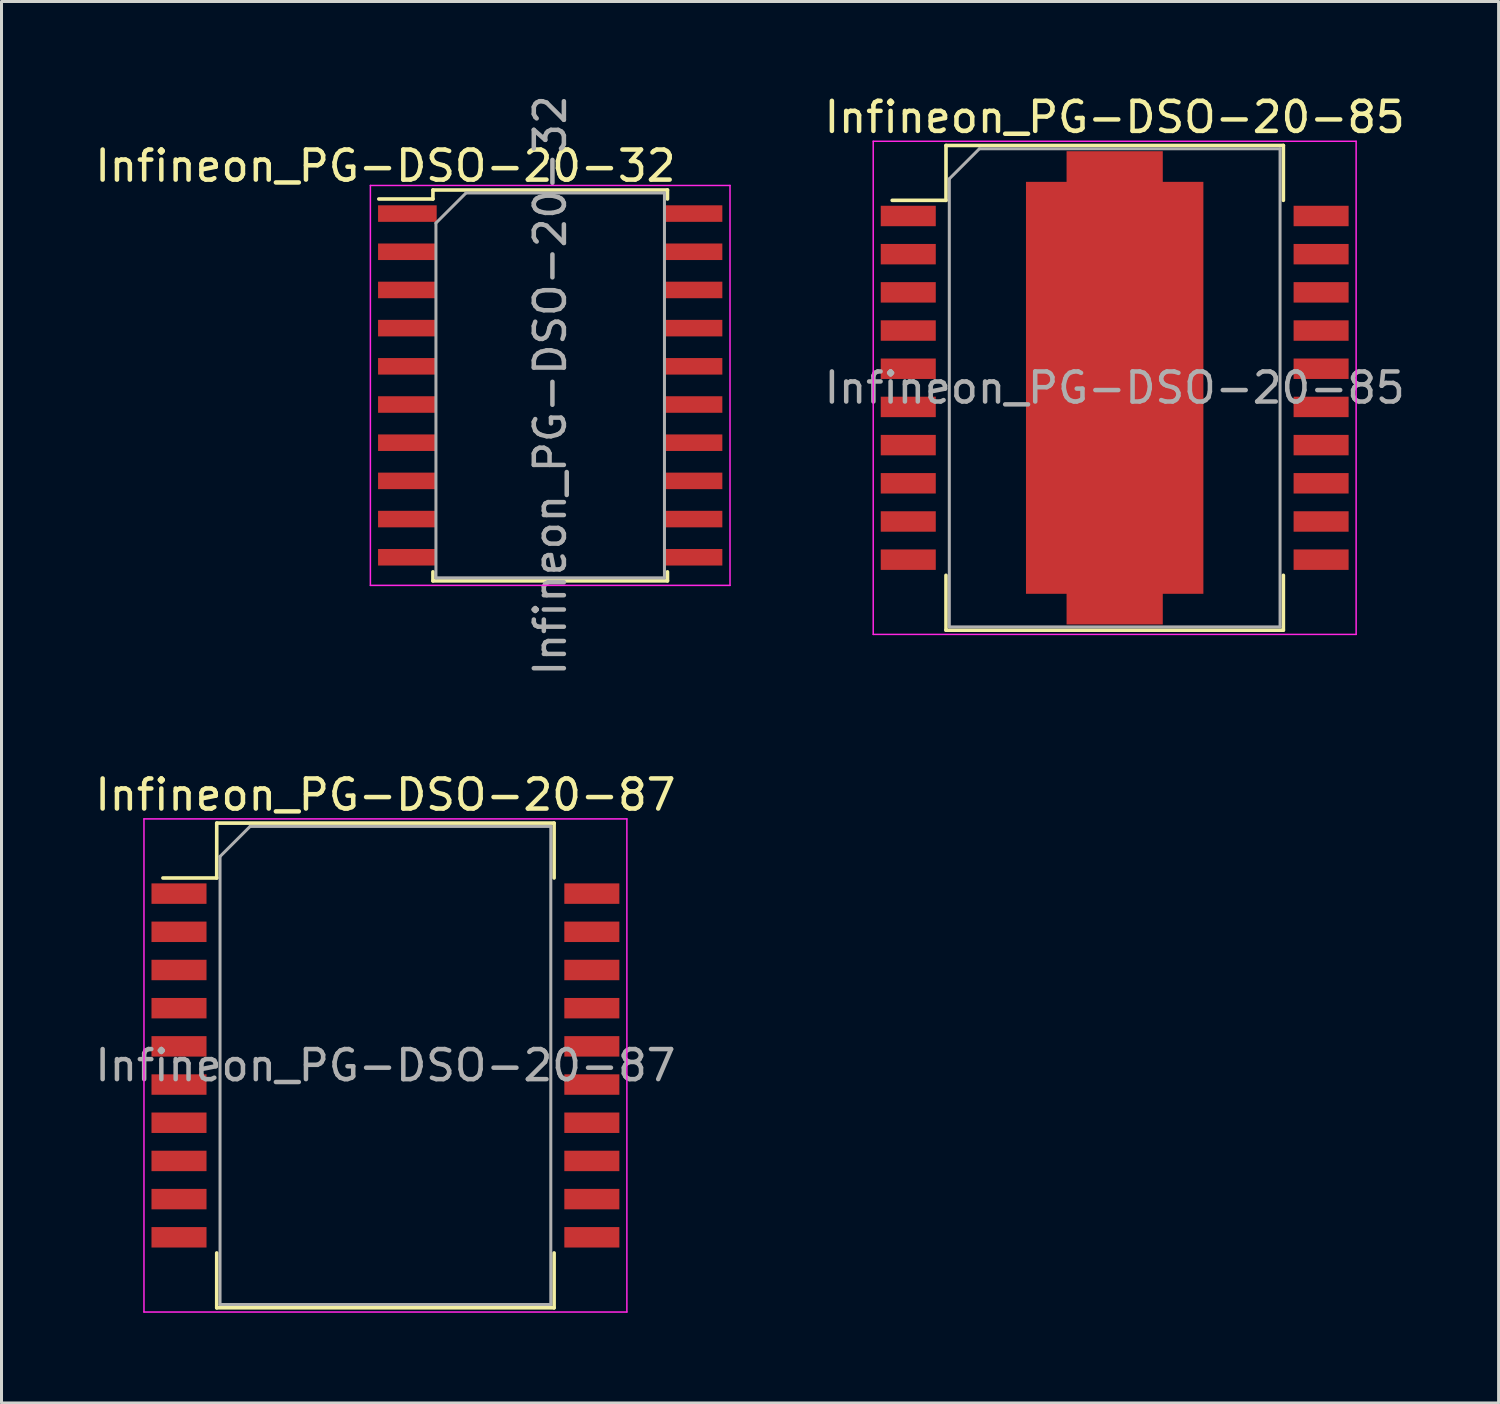
<source format=kicad_pcb>
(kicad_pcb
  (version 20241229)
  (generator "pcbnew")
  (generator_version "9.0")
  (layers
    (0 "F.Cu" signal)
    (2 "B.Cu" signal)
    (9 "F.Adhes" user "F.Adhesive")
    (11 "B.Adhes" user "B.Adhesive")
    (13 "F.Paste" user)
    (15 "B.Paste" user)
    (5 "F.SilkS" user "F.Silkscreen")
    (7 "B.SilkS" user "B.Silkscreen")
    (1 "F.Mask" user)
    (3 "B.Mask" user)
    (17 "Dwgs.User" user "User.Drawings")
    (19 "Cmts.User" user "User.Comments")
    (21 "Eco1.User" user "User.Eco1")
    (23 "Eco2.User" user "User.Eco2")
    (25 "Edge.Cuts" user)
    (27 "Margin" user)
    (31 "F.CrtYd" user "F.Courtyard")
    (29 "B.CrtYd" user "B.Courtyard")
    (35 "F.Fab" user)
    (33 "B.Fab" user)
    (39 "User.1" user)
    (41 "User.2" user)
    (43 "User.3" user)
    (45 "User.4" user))
  (footprint "Infineon_PG-DSO-20-87"
    (layer "F.Cu")
    (at 9.768 32.384)
    (property "Reference" "Infineon_PG-DSO-20-87" (at 0 -9 0) (layer "F.SilkS") (effects (font (size 1 1) (thickness 0.15))))
    (attr smd)
    (fp_line (start -7.4 -6.235) (end -5.61 -6.235) (stroke (width 0.12) (type solid)) (layer "F.SilkS"))
    (fp_line (start -5.61 -8.06) (end 5.61 -8.06) (stroke (width 0.12) (type solid)) (layer "F.SilkS"))
    (fp_line (start -5.61 -6.235) (end -5.61 -8.06) (stroke (width 0.12) (type solid)) (layer "F.SilkS"))
    (fp_line (start -5.61 6.235) (end -5.61 8.06) (stroke (width 0.12) (type solid)) (layer "F.SilkS"))
    (fp_line (start 5.61 -6.235) (end 5.61 -8.06) (stroke (width 0.12) (type solid)) (layer "F.SilkS"))
    (fp_line (start 5.61 6.235) (end 5.61 8.06) (stroke (width 0.12) (type solid)) (layer "F.SilkS"))
    (fp_line (start 5.61 8.06) (end -5.61 8.06) (stroke (width 0.12) (type solid)) (layer "F.SilkS"))
    (fp_line (start -8.03 -8.2) (end 8.03 -8.2) (stroke (width 0.05) (type solid)) (layer "F.CrtYd"))
    (fp_line (start -8.03 8.2) (end -8.03 -8.2) (stroke (width 0.05) (type solid)) (layer "F.CrtYd"))
    (fp_line (start -8.03 8.2) (end 8.03 8.2) (stroke (width 0.05) (type solid)) (layer "F.CrtYd"))
    (fp_line (start 8.03 8.2) (end 8.03 -8.2) (stroke (width 0.05) (type solid)) (layer "F.CrtYd"))
    (fp_line (start -5.5 -6.95) (end -4.5 -7.95) (stroke (width 0.1) (type solid)) (layer "F.Fab"))
    (fp_line (start -5.5 7.95) (end -5.5 -6.95) (stroke (width 0.1) (type solid)) (layer "F.Fab"))
    (fp_line (start -4.5 -7.95) (end 5.5 -7.95) (stroke (width 0.1) (type solid)) (layer "F.Fab"))
    (fp_line (start 5.5 -7.95) (end 5.5 7.95) (stroke (width 0.1) (type solid)) (layer "F.Fab"))
    (fp_line (start 5.5 7.95) (end -5.5 7.95) (stroke (width 0.1) (type solid)) (layer "F.Fab"))
    (fp_text user "${REFERENCE}" (at 0 0 0) (layer "F.Fab") (effects (font (size 1 1) (thickness 0.15))))
    (pad "1" smd rect (at -6.865 -5.715) (size 1.83 0.68) (layers "F.Cu" "F.Mask" "F.Paste"))
    (pad "2" smd rect (at -6.865 -4.445) (size 1.83 0.68) (layers "F.Cu" "F.Mask" "F.Paste"))
    (pad "3" smd rect (at -6.865 -3.175) (size 1.83 0.68) (layers "F.Cu" "F.Mask" "F.Paste"))
    (pad "4" smd rect (at -6.865 -1.905) (size 1.83 0.68) (layers "F.Cu" "F.Mask" "F.Paste"))
    (pad "5" smd rect (at -6.865 -0.635) (size 1.83 0.68) (layers "F.Cu" "F.Mask" "F.Paste"))
    (pad "6" smd rect (at -6.865 0.635) (size 1.83 0.68) (layers "F.Cu" "F.Mask" "F.Paste"))
    (pad "7" smd rect (at -6.865 1.905) (size 1.83 0.68) (layers "F.Cu" "F.Mask" "F.Paste"))
    (pad "8" smd rect (at -6.865 3.175) (size 1.83 0.68) (layers "F.Cu" "F.Mask" "F.Paste"))
    (pad "9" smd rect (at -6.865 4.445) (size 1.83 0.68) (layers "F.Cu" "F.Mask" "F.Paste"))
    (pad "10" smd rect (at -6.865 5.715) (size 1.83 0.68) (layers "F.Cu" "F.Mask" "F.Paste"))
    (pad "11" smd rect (at 6.865 5.715) (size 1.83 0.68) (layers "F.Cu" "F.Mask" "F.Paste"))
    (pad "12" smd rect (at 6.865 4.445) (size 1.83 0.68) (layers "F.Cu" "F.Mask" "F.Paste"))
    (pad "13" smd rect (at 6.865 3.175) (size 1.83 0.68) (layers "F.Cu" "F.Mask" "F.Paste"))
    (pad "14" smd rect (at 6.865 1.905) (size 1.83 0.68) (layers "F.Cu" "F.Mask" "F.Paste"))
    (pad "15" smd rect (at 6.865 0.635) (size 1.83 0.68) (layers "F.Cu" "F.Mask" "F.Paste"))
    (pad "16" smd rect (at 6.865 -0.635) (size 1.83 0.68) (layers "F.Cu" "F.Mask" "F.Paste"))
    (pad "17" smd rect (at 6.865 -1.905) (size 1.83 0.68) (layers "F.Cu" "F.Mask" "F.Paste"))
    (pad "18" smd rect (at 6.865 -3.175) (size 1.83 0.68) (layers "F.Cu" "F.Mask" "F.Paste"))
    (pad "19" smd rect (at 6.865 -4.445) (size 1.83 0.68) (layers "F.Cu" "F.Mask" "F.Paste"))
    (pad "20" smd rect (at 6.865 -5.715) (size 1.83 0.68) (layers "F.Cu" "F.Mask" "F.Paste")))
  (footprint "Infineon_PG-DSO-20-32"
    (layer "F.Cu")
    (at 15.248 9.768)
    (property "Reference" "Infineon_PG-DSO-20-32" (at -5.48 -7.3 0) (layer "F.SilkS") (effects (font (size 1 1) (thickness 0.15))))
    (attr smd)
    (fp_line (start -5.7 -6.2) (end -3.9 -6.2) (stroke (width 0.12) (type solid)) (layer "F.SilkS"))
    (fp_line (start -3.9 -6.5) (end 3.9 -6.5) (stroke (width 0.12) (type solid)) (layer "F.SilkS"))
    (fp_line (start -3.9 -6.2) (end -3.9 -6.5) (stroke (width 0.12) (type solid)) (layer "F.SilkS"))
    (fp_line (start -3.9 6.2) (end -3.9 6.5) (stroke (width 0.12) (type solid)) (layer "F.SilkS"))
    (fp_line (start 3.9 -6.2) (end 3.9 -6.5) (stroke (width 0.12) (type solid)) (layer "F.SilkS"))
    (fp_line (start 3.9 6.2) (end 3.9 6.5) (stroke (width 0.12) (type solid)) (layer "F.SilkS"))
    (fp_line (start 3.9 6.5) (end -3.9 6.5) (stroke (width 0.12) (type solid)) (layer "F.SilkS"))
    (fp_line (start -5.98 -6.65) (end 5.98 -6.65) (stroke (width 0.05) (type solid)) (layer "F.CrtYd"))
    (fp_line (start -5.98 6.65) (end -5.98 -6.65) (stroke (width 0.05) (type solid)) (layer "F.CrtYd"))
    (fp_line (start -5.98 6.65) (end 5.98 6.65) (stroke (width 0.05) (type solid)) (layer "F.CrtYd"))
    (fp_line (start 5.98 6.65) (end 5.98 -6.65) (stroke (width 0.05) (type solid)) (layer "F.CrtYd"))
    (fp_line (start -3.8 -5.4) (end -2.8 -6.4) (stroke (width 0.1) (type solid)) (layer "F.Fab"))
    (fp_line (start -3.8 6.4) (end -3.8 -5.4) (stroke (width 0.1) (type solid)) (layer "F.Fab"))
    (fp_line (start -2.8 -6.4) (end 3.8 -6.4) (stroke (width 0.1) (type solid)) (layer "F.Fab"))
    (fp_line (start 3.8 -6.4) (end 3.8 6.4) (stroke (width 0.1) (type solid)) (layer "F.Fab"))
    (fp_line (start 3.8 6.4) (end -3.8 6.4) (stroke (width 0.1) (type solid)) (layer "F.Fab"))
    (fp_text user "${REFERENCE}" (at 0 0 90) (layer "F.Fab") (effects (font (size 1 1) (thickness 0.15))))
    (pad "1" smd rect (at -4.75 -5.715 90) (size 0.55 1.95) (layers "F.Cu" "F.Mask" "F.Paste"))
    (pad "2" smd rect (at -4.75 -4.445 90) (size 0.55 1.95) (layers "F.Cu" "F.Mask" "F.Paste"))
    (pad "3" smd rect (at -4.75 -3.175 90) (size 0.55 1.95) (layers "F.Cu" "F.Mask" "F.Paste"))
    (pad "4" smd rect (at -4.75 -1.905 90) (size 0.55 1.95) (layers "F.Cu" "F.Mask" "F.Paste"))
    (pad "5" smd rect (at -4.75 -0.635 90) (size 0.55 1.95) (layers "F.Cu" "F.Mask" "F.Paste"))
    (pad "6" smd rect (at -4.75 0.635 90) (size 0.55 1.95) (layers "F.Cu" "F.Mask" "F.Paste"))
    (pad "7" smd rect (at -4.75 1.905 90) (size 0.55 1.95) (layers "F.Cu" "F.Mask" "F.Paste"))
    (pad "8" smd rect (at -4.75 3.175 90) (size 0.55 1.95) (layers "F.Cu" "F.Mask" "F.Paste"))
    (pad "9" smd rect (at -4.75 4.445 90) (size 0.55 1.95) (layers "F.Cu" "F.Mask" "F.Paste"))
    (pad "10" smd rect (at -4.75 5.715 90) (size 0.55 1.95) (layers "F.Cu" "F.Mask" "F.Paste"))
    (pad "11" smd rect (at 4.75 5.715 90) (size 0.55 1.95) (layers "F.Cu" "F.Mask" "F.Paste"))
    (pad "12" smd rect (at 4.75 4.445 90) (size 0.55 1.95) (layers "F.Cu" "F.Mask" "F.Paste"))
    (pad "13" smd rect (at 4.75 3.175 90) (size 0.55 1.95) (layers "F.Cu" "F.Mask" "F.Paste"))
    (pad "14" smd rect (at 4.75 1.905 90) (size 0.55 1.95) (layers "F.Cu" "F.Mask" "F.Paste"))
    (pad "15" smd rect (at 4.75 0.635 90) (size 0.55 1.95) (layers "F.Cu" "F.Mask" "F.Paste"))
    (pad "16" smd rect (at 4.75 -0.635 90) (size 0.55 1.95) (layers "F.Cu" "F.Mask" "F.Paste"))
    (pad "17" smd rect (at 4.75 -1.905 90) (size 0.55 1.95) (layers "F.Cu" "F.Mask" "F.Paste"))
    (pad "18" smd rect (at 4.75 -3.175 90) (size 0.55 1.95) (layers "F.Cu" "F.Mask" "F.Paste"))
    (pad "19" smd rect (at 4.75 -4.445 90) (size 0.55 1.95) (layers "F.Cu" "F.Mask" "F.Paste"))
    (pad "20" smd rect (at 4.75 -5.715 90) (size 0.55 1.95) (layers "F.Cu" "F.Mask" "F.Paste")))
  (footprint "Infineon_PG-DSO-20-85"
    (layer "F.Cu")
    (at 34.021 9.848)
    (property "Reference" "Infineon_PG-DSO-20-85" (at 0 -9 0) (layer "F.SilkS") (effects (font (size 1 1) (thickness 0.15))))
    (attr smd)
    (fp_line (start -7.4 -6.235) (end -5.61 -6.235) (stroke (width 0.12) (type solid)) (layer "F.SilkS"))
    (fp_line (start -5.61 -8.06) (end 5.61 -8.06) (stroke (width 0.12) (type solid)) (layer "F.SilkS"))
    (fp_line (start -5.61 -6.235) (end -5.61 -8.06) (stroke (width 0.12) (type solid)) (layer "F.SilkS"))
    (fp_line (start -5.61 6.235) (end -5.61 8.06) (stroke (width 0.12) (type solid)) (layer "F.SilkS"))
    (fp_line (start 5.61 -6.235) (end 5.61 -8.06) (stroke (width 0.12) (type solid)) (layer "F.SilkS"))
    (fp_line (start 5.61 6.235) (end 5.61 8.06) (stroke (width 0.12) (type solid)) (layer "F.SilkS"))
    (fp_line (start 5.61 8.06) (end -5.61 8.06) (stroke (width 0.12) (type solid)) (layer "F.SilkS"))
    (fp_line (start -8.03 -8.2) (end 8.03 -8.2) (stroke (width 0.05) (type solid)) (layer "F.CrtYd"))
    (fp_line (start -8.03 8.2) (end -8.03 -8.2) (stroke (width 0.05) (type solid)) (layer "F.CrtYd"))
    (fp_line (start -8.03 8.2) (end 8.03 8.2) (stroke (width 0.05) (type solid)) (layer "F.CrtYd"))
    (fp_line (start 8.03 8.2) (end 8.03 -8.2) (stroke (width 0.05) (type solid)) (layer "F.CrtYd"))
    (fp_line (start -5.5 -6.95) (end -4.5 -7.95) (stroke (width 0.1) (type solid)) (layer "F.Fab"))
    (fp_line (start -5.5 7.95) (end -5.5 -6.95) (stroke (width 0.1) (type solid)) (layer "F.Fab"))
    (fp_line (start -4.5 -7.95) (end 5.5 -7.95) (stroke (width 0.1) (type solid)) (layer "F.Fab"))
    (fp_line (start 5.5 -7.95) (end 5.5 7.95) (stroke (width 0.1) (type solid)) (layer "F.Fab"))
    (fp_line (start 5.5 7.95) (end -5.5 7.95) (stroke (width 0.1) (type solid)) (layer "F.Fab"))
    (fp_text user "${REFERENCE}" (at 0 0 0) (layer "F.Fab") (effects (font (size 1 1) (thickness 0.15))))
    (pad "" smd rect (at -1.4 -4.95) (size 2.4 2.8) (layers "F.Paste"))
    (pad "" smd rect (at -1.4 -1.65) (size 2.4 2.8) (layers "F.Paste"))
    (pad "" smd rect (at -1.4 1.65) (size 2.4 2.8) (layers "F.Paste"))
    (pad "" smd rect (at -1.4 4.95) (size 2.4 2.8) (layers "F.Paste"))
    (pad "" smd rect (at 0 -7.36) (size 3.2 1) (layers "F.Paste"))
    (pad "" smd rect (at 0 7.36) (size 3.2 1) (layers "F.Paste"))
    (pad "" smd rect (at 1.4 -4.95) (size 2.4 2.8) (layers "F.Paste"))
    (pad "" smd rect (at 1.4 -1.65) (size 2.4 2.8) (layers "F.Paste"))
    (pad "" smd rect (at 1.4 1.65) (size 2.4 2.8) (layers "F.Paste"))
    (pad "" smd rect (at 1.4 4.95) (size 2.4 2.8) (layers "F.Paste"))
    (pad "1" smd rect (at -6.865 -5.715) (size 1.83 0.68) (layers "F.Cu" "F.Mask" "F.Paste"))
    (pad "2" smd rect (at -6.865 -4.445) (size 1.83 0.68) (layers "F.Cu" "F.Mask" "F.Paste"))
    (pad "3" smd rect (at -6.865 -3.175) (size 1.83 0.68) (layers "F.Cu" "F.Mask" "F.Paste"))
    (pad "4" smd rect (at -6.865 -1.905) (size 1.83 0.68) (layers "F.Cu" "F.Mask" "F.Paste"))
    (pad "5" smd rect (at -6.865 -0.635) (size 1.83 0.68) (layers "F.Cu" "F.Mask" "F.Paste"))
    (pad "6" smd rect (at -6.865 0.635) (size 1.83 0.68) (layers "F.Cu" "F.Mask" "F.Paste"))
    (pad "7" smd rect (at -6.865 1.905) (size 1.83 0.68) (layers "F.Cu" "F.Mask" "F.Paste"))
    (pad "8" smd rect (at -6.865 3.175) (size 1.83 0.68) (layers "F.Cu" "F.Mask" "F.Paste"))
    (pad "9" smd rect (at -6.865 4.445) (size 1.83 0.68) (layers "F.Cu" "F.Mask" "F.Paste"))
    (pad "10" smd rect (at -6.865 5.715) (size 1.83 0.68) (layers "F.Cu" "F.Mask" "F.Paste"))
    (pad "11" smd rect (at 6.865 5.715) (size 1.83 0.68) (layers "F.Cu" "F.Mask" "F.Paste"))
    (pad "12" smd rect (at 6.865 4.445) (size 1.83 0.68) (layers "F.Cu" "F.Mask" "F.Paste"))
    (pad "13" smd rect (at 6.865 3.175) (size 1.83 0.68) (layers "F.Cu" "F.Mask" "F.Paste"))
    (pad "14" smd rect (at 6.865 1.905) (size 1.83 0.68) (layers "F.Cu" "F.Mask" "F.Paste"))
    (pad "15" smd rect (at 6.865 0.635) (size 1.83 0.68) (layers "F.Cu" "F.Mask" "F.Paste"))
    (pad "16" smd rect (at 6.865 -0.635) (size 1.83 0.68) (layers "F.Cu" "F.Mask" "F.Paste"))
    (pad "17" smd rect (at 6.865 -1.905) (size 1.83 0.68) (layers "F.Cu" "F.Mask" "F.Paste"))
    (pad "18" smd rect (at 6.865 -3.175) (size 1.83 0.68) (layers "F.Cu" "F.Mask" "F.Paste"))
    (pad "19" smd rect (at 6.865 -4.445) (size 1.83 0.68) (layers "F.Cu" "F.Mask" "F.Paste"))
    (pad "20" smd rect (at 6.865 -5.715) (size 1.83 0.68) (layers "F.Cu" "F.Mask" "F.Paste"))
    (pad "21" smd custom (at 0 0) (size 5.9 13.7) (layers "F.Cu" "F.Mask") (options (anchor rect)) (primitives (gr_poly (pts (xy 1.6 7.87) (xy -1.6 7.87) (xy -1.6 -7.87) (xy 1.6 -7.87)) (width 0) (fill yes)))))
  (gr_rect
    (start -3 -3)
    (end 46.789 43.609)
    (stroke (width 0.1) (type default))
    (fill no)
    (layer "Edge.Cuts")))
</source>
